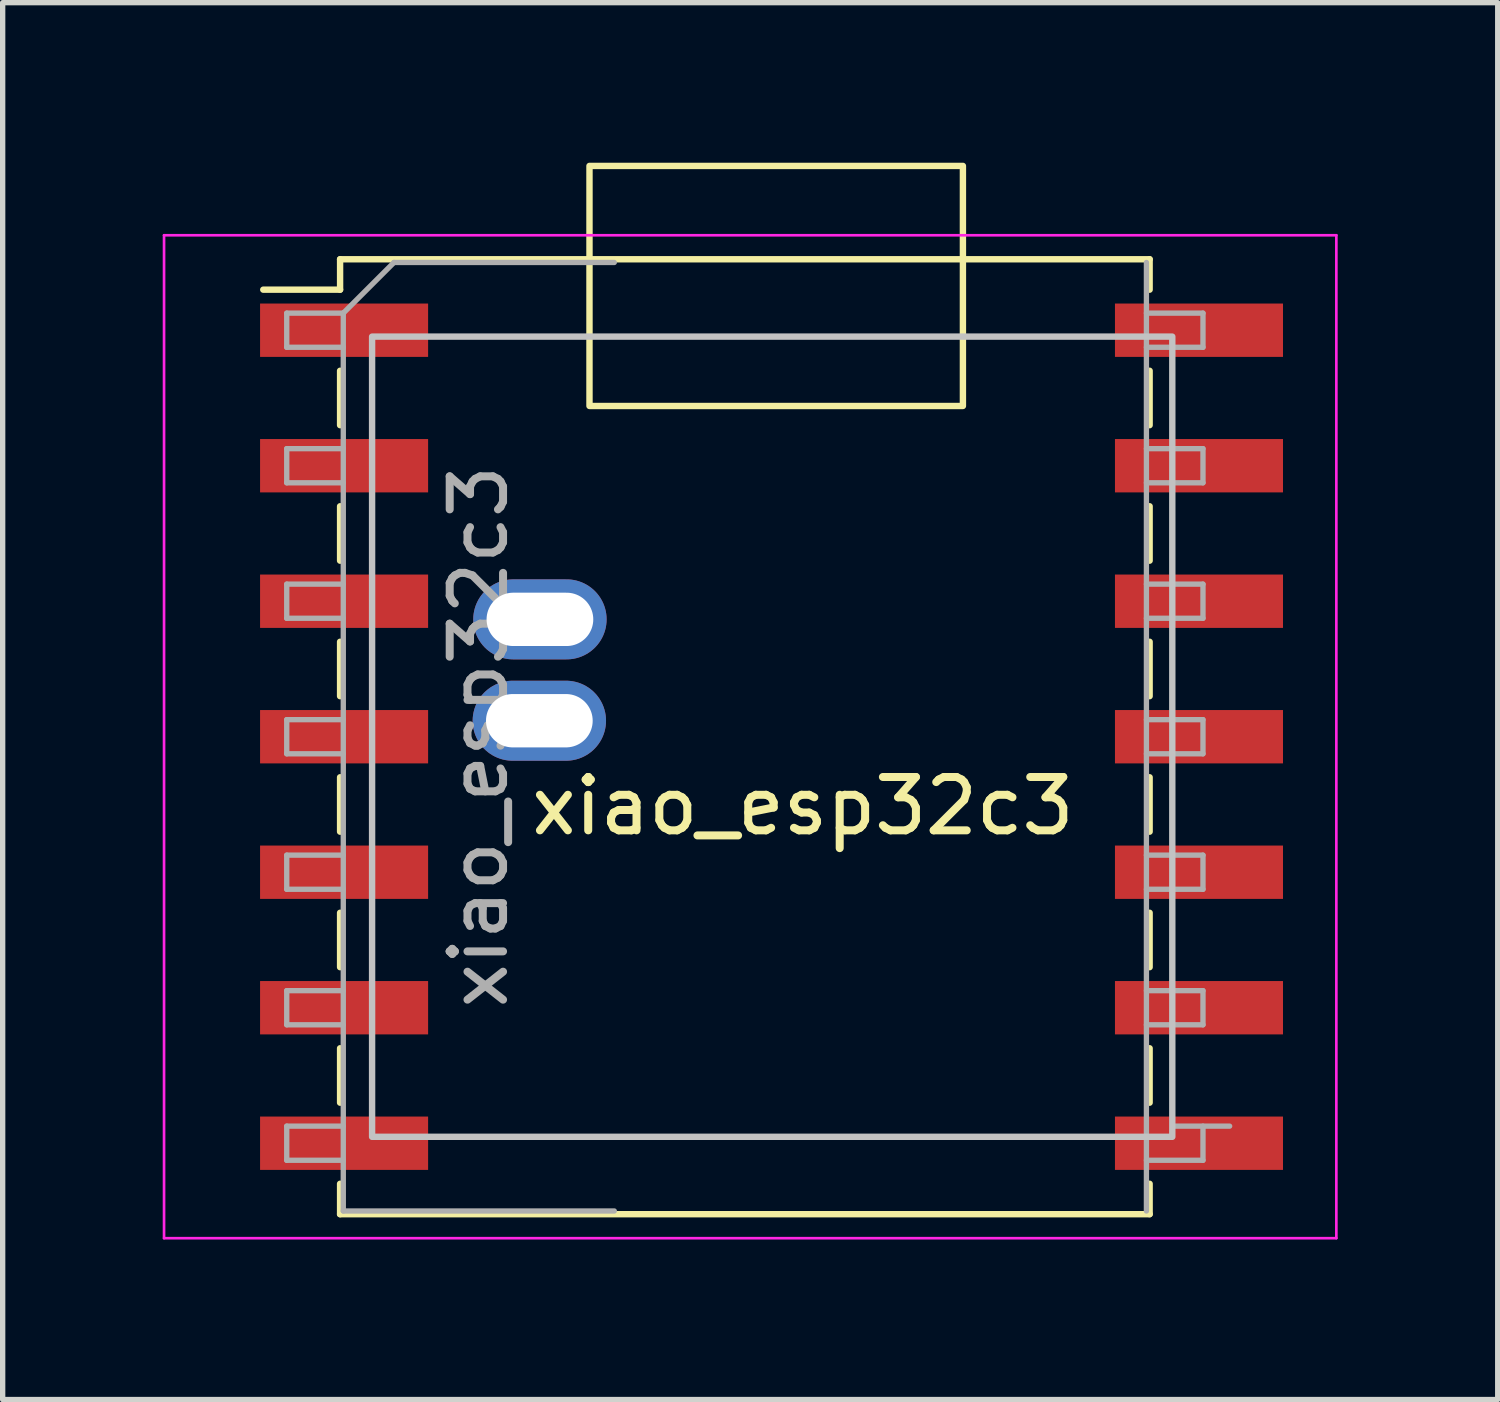
<source format=kicad_pcb>
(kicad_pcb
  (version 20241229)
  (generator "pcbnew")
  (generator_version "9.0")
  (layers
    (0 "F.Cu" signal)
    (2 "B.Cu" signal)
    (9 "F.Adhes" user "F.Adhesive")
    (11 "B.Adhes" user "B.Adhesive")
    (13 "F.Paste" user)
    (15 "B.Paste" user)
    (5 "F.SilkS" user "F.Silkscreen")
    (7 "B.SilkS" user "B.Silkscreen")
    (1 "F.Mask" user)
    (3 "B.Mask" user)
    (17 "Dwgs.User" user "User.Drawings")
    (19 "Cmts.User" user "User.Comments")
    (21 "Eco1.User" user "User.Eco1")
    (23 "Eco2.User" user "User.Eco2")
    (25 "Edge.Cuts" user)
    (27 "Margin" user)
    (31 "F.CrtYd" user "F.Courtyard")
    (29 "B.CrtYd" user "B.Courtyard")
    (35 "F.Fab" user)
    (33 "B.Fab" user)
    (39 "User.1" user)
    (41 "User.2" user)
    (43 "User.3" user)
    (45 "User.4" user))
  (footprint "xiao_esp32c3"
    (layer "F.Cu")
    (at 12 12.56)
    (property "Reference" "xiao_esp32c3" (at 0 -0.5 0) (unlocked yes) (layer "F.SilkS") (effects (font (size 1 1) (thickness 0.15))))
    (attr smd)
    (fp_line (start -10.115 -10.18) (end -8.675 -10.18) (stroke (width 0.12) (type solid)) (layer "F.SilkS"))
    (fp_line (start -8.675 -10.75) (end -8.675 -10.18) (stroke (width 0.12) (type solid)) (layer "F.SilkS"))
    (fp_line (start -8.675 -10.75) (end 6.5 -10.75) (stroke (width 0.12) (type solid)) (layer "F.SilkS"))
    (fp_line (start -8.675 -8.66) (end -8.675 -7.64) (stroke (width 0.12) (type solid)) (layer "F.SilkS"))
    (fp_line (start -8.675 -6.12) (end -8.675 -5.1) (stroke (width 0.12) (type solid)) (layer "F.SilkS"))
    (fp_line (start -8.675 -3.58) (end -8.675 -2.56) (stroke (width 0.12) (type solid)) (layer "F.SilkS"))
    (fp_line (start -8.675 -1.04) (end -8.675 -0.02) (stroke (width 0.12) (type solid)) (layer "F.SilkS"))
    (fp_line (start -8.675 1.5) (end -8.675 2.52) (stroke (width 0.12) (type solid)) (layer "F.SilkS"))
    (fp_line (start -8.675 4.04) (end -8.675 5.06) (stroke (width 0.12) (type solid)) (layer "F.SilkS"))
    (fp_line (start -8.675 6.58) (end -8.675 7.15) (stroke (width 0.12) (type solid)) (layer "F.SilkS"))
    (fp_line (start -8.675 7.15) (end 6.5 7.15) (stroke (width 0.12) (type solid)) (layer "F.SilkS"))
    (fp_line (start 6.5 -10.75) (end 6.5 -10.18) (stroke (width 0.12) (type solid)) (layer "F.SilkS"))
    (fp_line (start 6.5 -8.66) (end 6.5 -7.64) (stroke (width 0.12) (type solid)) (layer "F.SilkS"))
    (fp_line (start 6.5 -6.12) (end 6.5 -5.1) (stroke (width 0.12) (type solid)) (layer "F.SilkS"))
    (fp_line (start 6.5 -3.58) (end 6.5 -2.56) (stroke (width 0.12) (type solid)) (layer "F.SilkS"))
    (fp_line (start 6.5 -1.04) (end 6.5 -0.02) (stroke (width 0.12) (type solid)) (layer "F.SilkS"))
    (fp_line (start 6.5 1.5) (end 6.5 2.52) (stroke (width 0.12) (type solid)) (layer "F.SilkS"))
    (fp_line (start 6.5 4.04) (end 6.5 5.06) (stroke (width 0.12) (type solid)) (layer "F.SilkS"))
    (fp_line (start 6.5 6.58) (end 6.5 7.15) (stroke (width 0.12) (type solid)) (layer "F.SilkS"))
    (fp_rect (start -4 -12.5) (end 3 -8) (stroke (width 0.12) (type solid)) (fill no) (layer "F.SilkS"))
    (fp_rect (start -8.075 -9.3) (end 6.925 5.7) (stroke (width 0.12) (type solid)) (fill no) (layer "Dwgs.User"))
    (fp_line (start -11.975 -11.2) (end -11.975 7.6) (stroke (width 0.05) (type solid)) (layer "F.CrtYd"))
    (fp_line (start -11.975 7.6) (end 10 7.6) (stroke (width 0.05) (type solid)) (layer "F.CrtYd"))
    (fp_line (start 10 -11.2) (end -11.975 -11.2) (stroke (width 0.05) (type solid)) (layer "F.CrtYd"))
    (fp_line (start 10 7.6) (end 10 -11.2) (stroke (width 0.05) (type solid)) (layer "F.CrtYd"))
    (fp_line (start -9.675 -9.74) (end -9.675 -9.1) (stroke (width 0.1) (type solid)) (layer "F.Fab"))
    (fp_line (start -9.675 -9.1) (end -8.615 -9.1) (stroke (width 0.1) (type solid)) (layer "F.Fab"))
    (fp_line (start -9.675 -7.2) (end -9.675 -6.56) (stroke (width 0.1) (type solid)) (layer "F.Fab"))
    (fp_line (start -9.675 -6.56) (end -8.615 -6.56) (stroke (width 0.1) (type solid)) (layer "F.Fab"))
    (fp_line (start -9.675 -4.66) (end -9.675 -4.02) (stroke (width 0.1) (type solid)) (layer "F.Fab"))
    (fp_line (start -9.675 -4.02) (end -8.615 -4.02) (stroke (width 0.1) (type solid)) (layer "F.Fab"))
    (fp_line (start -9.675 -2.12) (end -9.675 -1.48) (stroke (width 0.1) (type solid)) (layer "F.Fab"))
    (fp_line (start -9.675 -1.48) (end -8.615 -1.48) (stroke (width 0.1) (type solid)) (layer "F.Fab"))
    (fp_line (start -9.675 0.42) (end -9.675 1.06) (stroke (width 0.1) (type solid)) (layer "F.Fab"))
    (fp_line (start -9.675 1.06) (end -8.615 1.06) (stroke (width 0.1) (type solid)) (layer "F.Fab"))
    (fp_line (start -9.675 2.96) (end -9.675 3.6) (stroke (width 0.1) (type solid)) (layer "F.Fab"))
    (fp_line (start -9.675 3.6) (end -8.615 3.6) (stroke (width 0.1) (type solid)) (layer "F.Fab"))
    (fp_line (start -9.675 5.5) (end -9.675 6.14) (stroke (width 0.1) (type solid)) (layer "F.Fab"))
    (fp_line (start -9.675 6.14) (end -8.615 6.14) (stroke (width 0.1) (type solid)) (layer "F.Fab"))
    (fp_line (start -8.615 -9.74) (end -9.675 -9.74) (stroke (width 0.1) (type solid)) (layer "F.Fab"))
    (fp_line (start -8.615 -9.74) (end -7.665 -10.69) (stroke (width 0.1) (type solid)) (layer "F.Fab"))
    (fp_line (start -8.615 -7.2) (end -9.675 -7.2) (stroke (width 0.1) (type solid)) (layer "F.Fab"))
    (fp_line (start -8.615 -4.66) (end -9.675 -4.66) (stroke (width 0.1) (type solid)) (layer "F.Fab"))
    (fp_line (start -8.615 -2.12) (end -9.675 -2.12) (stroke (width 0.1) (type solid)) (layer "F.Fab"))
    (fp_line (start -8.615 0.42) (end -9.675 0.42) (stroke (width 0.1) (type solid)) (layer "F.Fab"))
    (fp_line (start -8.615 2.96) (end -9.675 2.96) (stroke (width 0.1) (type solid)) (layer "F.Fab"))
    (fp_line (start -8.615 5.5) (end -9.675 5.5) (stroke (width 0.1) (type solid)) (layer "F.Fab"))
    (fp_line (start -8.615 7.09) (end -8.615 -9.74) (stroke (width 0.1) (type solid)) (layer "F.Fab"))
    (fp_line (start -7.665 -10.69) (end -3.535 -10.69) (stroke (width 0.1) (type solid)) (layer "F.Fab"))
    (fp_line (start -3.535 7.09) (end -8.615 7.09) (stroke (width 0.1) (type solid)) (layer "F.Fab"))
    (fp_line (start 6.44 -10.69) (end 6.44 7.09) (stroke (width 0.1) (type solid)) (layer "F.Fab"))
    (fp_line (start 6.44 -9.74) (end 7.5 -9.74) (stroke (width 0.1) (type solid)) (layer "F.Fab"))
    (fp_line (start 6.44 -7.2) (end 7.5 -7.2) (stroke (width 0.1) (type solid)) (layer "F.Fab"))
    (fp_line (start 6.44 -4.66) (end 7.5 -4.66) (stroke (width 0.1) (type solid)) (layer "F.Fab"))
    (fp_line (start 6.44 -2.12) (end 7.5 -2.12) (stroke (width 0.1) (type solid)) (layer "F.Fab"))
    (fp_line (start 6.44 0.42) (end 7.5 0.42) (stroke (width 0.1) (type solid)) (layer "F.Fab"))
    (fp_line (start 6.44 2.96) (end 7.5 2.96) (stroke (width 0.1) (type solid)) (layer "F.Fab"))
    (fp_line (start 6.94 5.5) (end 8 5.5) (stroke (width 0.1) (type solid)) (layer "F.Fab"))
    (fp_line (start 7.5 -9.74) (end 7.5 -9.1) (stroke (width 0.1) (type solid)) (layer "F.Fab"))
    (fp_line (start 7.5 -9.1) (end 6.44 -9.1) (stroke (width 0.1) (type solid)) (layer "F.Fab"))
    (fp_line (start 7.5 -7.2) (end 7.5 -6.56) (stroke (width 0.1) (type solid)) (layer "F.Fab"))
    (fp_line (start 7.5 -6.56) (end 6.44 -6.56) (stroke (width 0.1) (type solid)) (layer "F.Fab"))
    (fp_line (start 7.5 -4.66) (end 7.5 -4.02) (stroke (width 0.1) (type solid)) (layer "F.Fab"))
    (fp_line (start 7.5 -4.02) (end 6.44 -4.02) (stroke (width 0.1) (type solid)) (layer "F.Fab"))
    (fp_line (start 7.5 -2.12) (end 7.5 -1.48) (stroke (width 0.1) (type solid)) (layer "F.Fab"))
    (fp_line (start 7.5 -1.48) (end 6.44 -1.48) (stroke (width 0.1) (type solid)) (layer "F.Fab"))
    (fp_line (start 7.5 0.42) (end 7.5 1.06) (stroke (width 0.1) (type solid)) (layer "F.Fab"))
    (fp_line (start 7.5 1.06) (end 6.44 1.06) (stroke (width 0.1) (type solid)) (layer "F.Fab"))
    (fp_line (start 7.5 2.96) (end 7.5 3.6) (stroke (width 0.1) (type solid)) (layer "F.Fab"))
    (fp_line (start 7.5 3.6) (end 6.44 3.6) (stroke (width 0.1) (type solid)) (layer "F.Fab"))
    (fp_line (start 7.5 5.5) (end 7.5 6.14) (stroke (width 0.1) (type solid)) (layer "F.Fab"))
    (fp_line (start 7.5 6.14) (end 6.44 6.14) (stroke (width 0.1) (type solid)) (layer "F.Fab"))
    (fp_text user "${REFERENCE}" (at -6.075 -1.8 270) (layer "F.Fab") (effects (font (size 1 1) (thickness 0.15))))
    (pad "1" smd rect (at -8.6 -9.42) (size 3.15 1) (layers "F.Cu" "F.Mask" "F.Paste"))
    (pad "2" smd rect (at -8.6 -6.88) (size 3.15 1) (layers "F.Cu" "F.Mask" "F.Paste"))
    (pad "3" smd rect (at -8.6 -4.34) (size 3.15 1) (layers "F.Cu" "F.Mask" "F.Paste"))
    (pad "4" smd rect (at -8.6 -1.8) (size 3.15 1) (layers "F.Cu" "F.Mask" "F.Paste"))
    (pad "5" smd rect (at -8.6 0.74) (size 3.15 1) (layers "F.Cu" "F.Mask" "F.Paste"))
    (pad "6" smd rect (at -8.6 3.28) (size 3.15 1) (layers "F.Cu" "F.Mask" "F.Paste"))
    (pad "7" smd rect (at -8.6 5.82) (size 3.15 1) (layers "F.Cu" "F.Mask" "F.Paste"))
    (pad "8" smd rect (at 7.425 5.82) (size 3.15 1) (layers "F.Cu" "F.Mask" "F.Paste"))
    (pad "9" smd rect (at 7.425 3.28) (size 3.15 1) (layers "F.Cu" "F.Mask" "F.Paste"))
    (pad "10" smd rect (at 7.425 0.74) (size 3.15 1) (layers "F.Cu" "F.Mask" "F.Paste"))
    (pad "11" smd rect (at 7.425 -1.8) (size 3.15 1) (layers "F.Cu" "F.Mask" "F.Paste"))
    (pad "12" smd rect (at 7.425 -4.34) (size 3.15 1) (layers "F.Cu" "F.Mask" "F.Paste"))
    (pad "13" smd rect (at 7.425 -6.88) (size 3.15 1) (layers "F.Cu" "F.Mask" "F.Paste"))
    (pad "14" smd rect (at 7.425 -9.42) (size 3.15 1) (layers "F.Cu" "F.Mask" "F.Paste"))
    (pad "B+" thru_hole oval (at -4.94 -2.1) (size 2.5 1.5) (drill oval 2 1) (layers "*.Cu" "*.Mask"))
    (pad "B-" thru_hole oval (at -4.929 -4) (size 2.5 1.5) (drill oval 2 1) (layers "*.Cu" "*.Mask")))
  (gr_rect
    (start -3 -3)
    (end 25.025 23.185)
    (stroke (width 0.1) (type default))
    (fill no)
    (layer "Edge.Cuts")))
</source>
